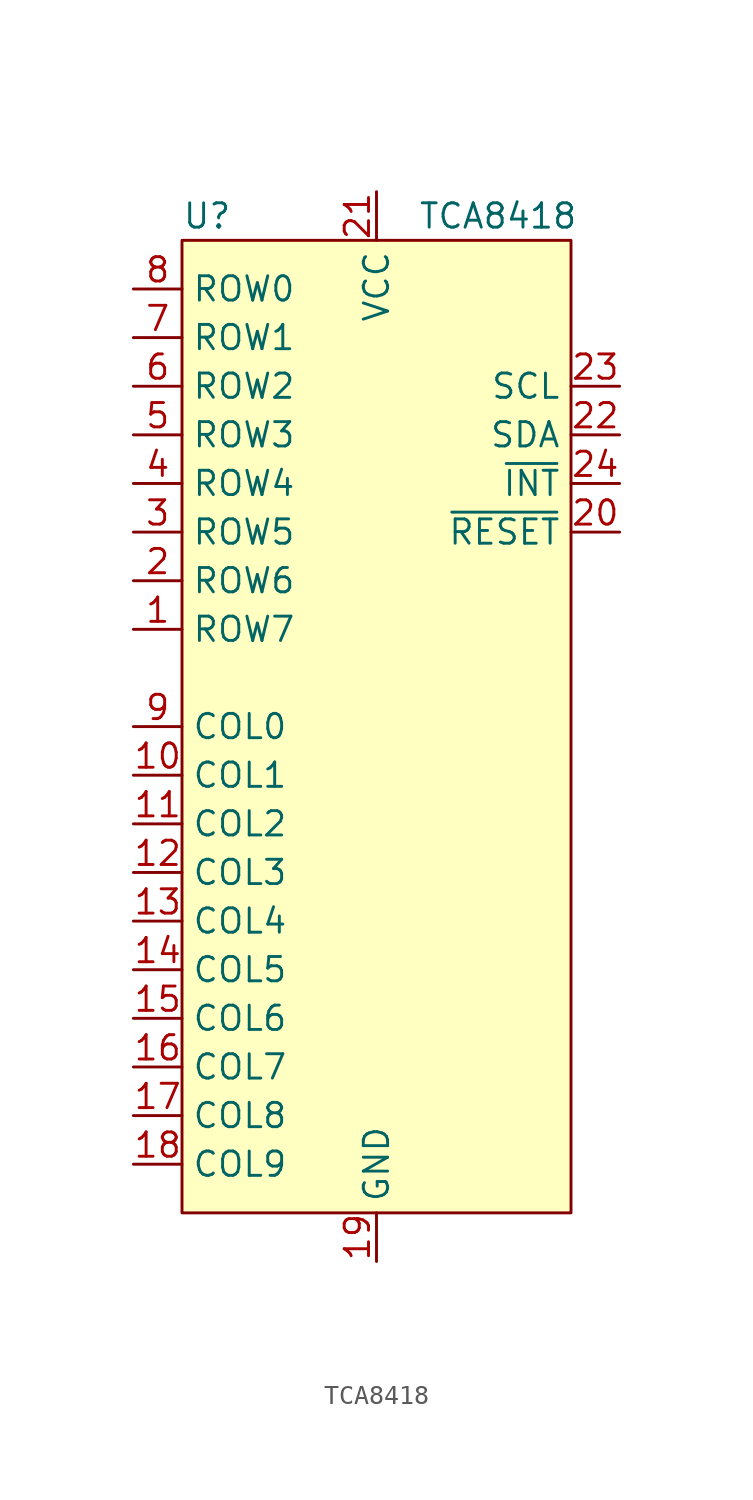
<source format=kicad_sym>
(kicad_symbol_lib
  (version 20220914)
  (generator kicad_symbol_editor)
  (symbol "TCA8418"
    (property "Reference" "U"
      (at -10.16 26.67 0)
      (effects (font (size 1.27 1.27)) (justify left)))
    (property "Value" "TCA8418"
      (at 6.35 26.67 0)
      (effects (font (size 1.27 1.27))))
    (symbol "TCA8418_0_0"
      (pin unspecified line (at -12.7 5.08 0) (length 2.54) (name "ROW7" (effects (font (size 1.27 1.27)))) (number "1" (effects (font (size 1.27 1.27)))))
      (pin unspecified line (at -12.7 -2.54 0) (length 2.54) (name "COL1" (effects (font (size 1.27 1.27)))) (number "10" (effects (font (size 1.27 1.27)))))
      (pin unspecified line (at -12.7 -5.08 0) (length 2.54) (name "COL2" (effects (font (size 1.27 1.27)))) (number "11" (effects (font (size 1.27 1.27)))))
      (pin unspecified line (at -12.7 -7.62 0) (length 2.54) (name "COL3" (effects (font (size 1.27 1.27)))) (number "12" (effects (font (size 1.27 1.27)))))
      (pin unspecified line (at -12.7 -10.16 0) (length 2.54) (name "COL4" (effects (font (size 1.27 1.27)))) (number "13" (effects (font (size 1.27 1.27)))))
      (pin unspecified line (at -12.7 -12.7 0) (length 2.54) (name "COL5" (effects (font (size 1.27 1.27)))) (number "14" (effects (font (size 1.27 1.27)))))
      (pin unspecified line (at -12.7 -15.24 0) (length 2.54) (name "COL6" (effects (font (size 1.27 1.27)))) (number "15" (effects (font (size 1.27 1.27)))))
      (pin unspecified line (at -12.7 -17.78 0) (length 2.54) (name "COL7" (effects (font (size 1.27 1.27)))) (number "16" (effects (font (size 1.27 1.27)))))
      (pin unspecified line (at -12.7 -20.32 0) (length 2.54) (name "COL8" (effects (font (size 1.27 1.27)))) (number "17" (effects (font (size 1.27 1.27)))))
      (pin unspecified line (at -12.7 -22.86 0) (length 2.54) (name "COL9" (effects (font (size 1.27 1.27)))) (number "18" (effects (font (size 1.27 1.27)))))
      (pin unspecified line (at 0 -27.94 90) (length 2.54) (name "GND" (effects (font (size 1.27 1.27)))) (number "19" (effects (font (size 1.27 1.27)))))
      (pin unspecified line (at -12.7 7.62 0) (length 2.54) (name "ROW6" (effects (font (size 1.27 1.27)))) (number "2" (effects (font (size 1.27 1.27)))))
      (pin unspecified line (at 12.7 10.16 180) (length 2.54) (name "~{RESET}" (effects (font (size 1.27 1.27)))) (number "20" (effects (font (size 1.27 1.27)))))
      (pin unspecified line (at 0 27.94 270) (length 2.54) (name "VCC" (effects (font (size 1.27 1.27)))) (number "21" (effects (font (size 1.27 1.27)))))
      (pin unspecified line (at 12.7 15.24 180) (length 2.54) (name "SDA" (effects (font (size 1.27 1.27)))) (number "22" (effects (font (size 1.27 1.27)))))
      (pin unspecified line (at 12.7 17.78 180) (length 2.54) (name "SCL" (effects (font (size 1.27 1.27)))) (number "23" (effects (font (size 1.27 1.27)))))
      (pin unspecified line (at 12.7 12.7 180) (length 2.54) (name "~{INT}" (effects (font (size 1.27 1.27)))) (number "24" (effects (font (size 1.27 1.27)))))
      (pin unspecified line (at -12.7 10.16 0) (length 2.54) (name "ROW5" (effects (font (size 1.27 1.27)))) (number "3" (effects (font (size 1.27 1.27)))))
      (pin unspecified line (at -12.7 12.7 0) (length 2.54) (name "ROW4" (effects (font (size 1.27 1.27)))) (number "4" (effects (font (size 1.27 1.27)))))
      (pin unspecified line (at -12.7 15.24 0) (length 2.54) (name "ROW3" (effects (font (size 1.27 1.27)))) (number "5" (effects (font (size 1.27 1.27)))))
      (pin unspecified line (at -12.7 17.78 0) (length 2.54) (name "ROW2" (effects (font (size 1.27 1.27)))) (number "6" (effects (font (size 1.27 1.27)))))
      (pin unspecified line (at -12.7 20.32 0) (length 2.54) (name "ROW1" (effects (font (size 1.27 1.27)))) (number "7" (effects (font (size 1.27 1.27)))))
      (pin unspecified line (at -12.7 22.86 0) (length 2.54) (name "ROW0" (effects (font (size 1.27 1.27)))) (number "8" (effects (font (size 1.27 1.27)))))
      (pin unspecified line (at -12.7 0 0) (length 2.54) (name "COL0" (effects (font (size 1.27 1.27)))) (number "9" (effects (font (size 1.27 1.27))))))
    (symbol "TCA8418_1_1"
      (rectangle (start -10.16 25.4) (end 10.16 -25.4) (stroke (width 0) (type default)) (fill (type background))))))
</source>
